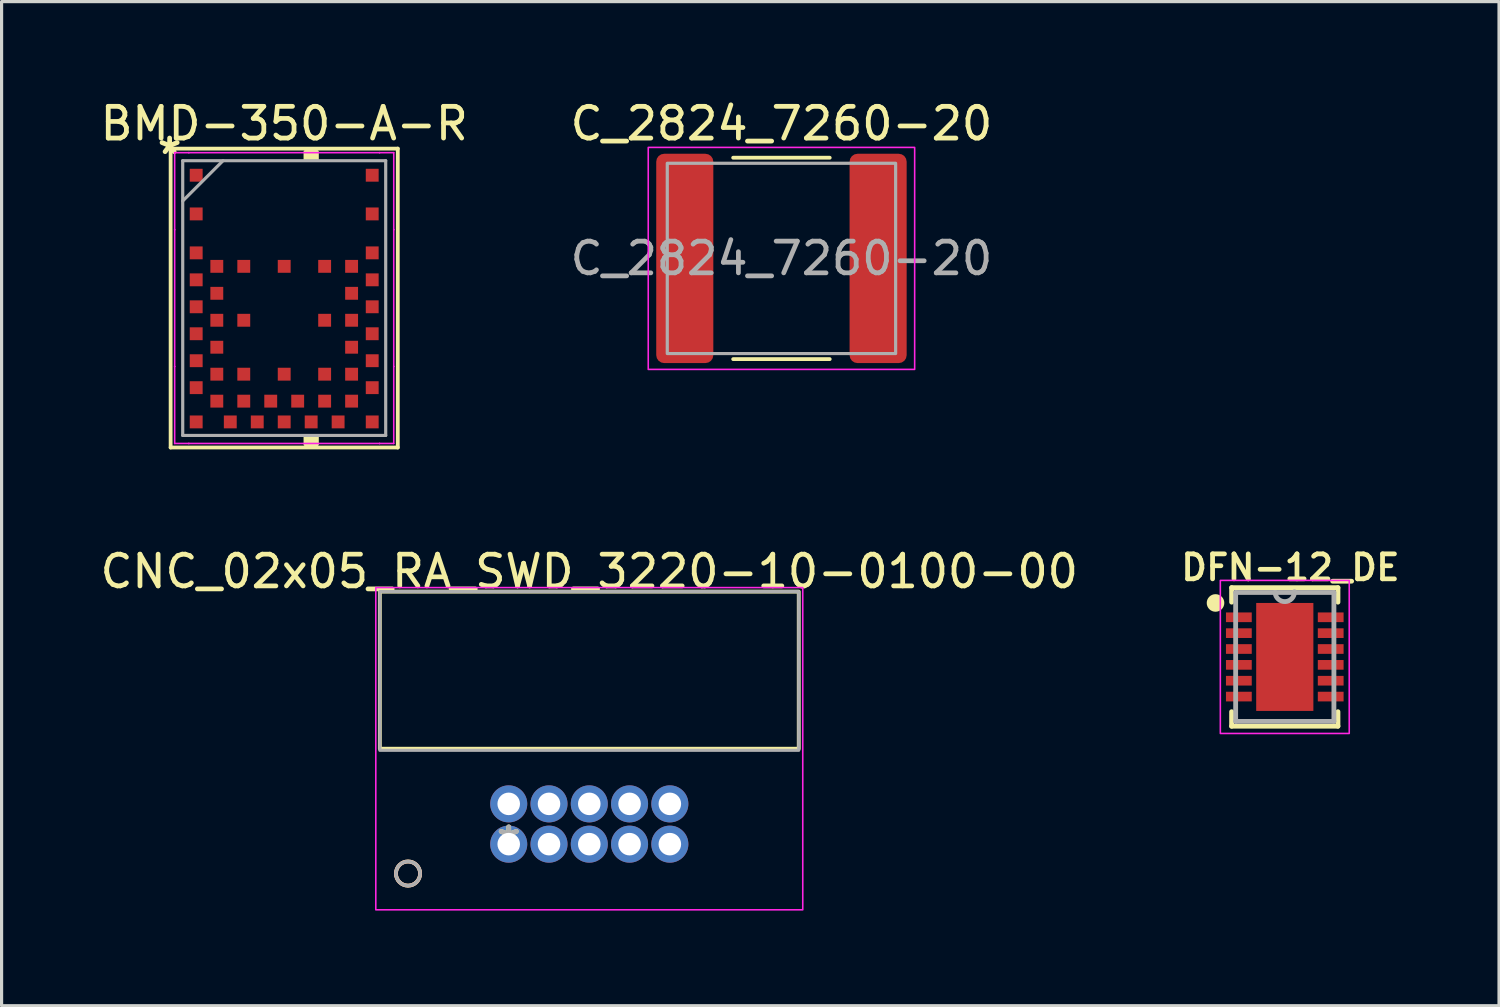
<source format=kicad_pcb>
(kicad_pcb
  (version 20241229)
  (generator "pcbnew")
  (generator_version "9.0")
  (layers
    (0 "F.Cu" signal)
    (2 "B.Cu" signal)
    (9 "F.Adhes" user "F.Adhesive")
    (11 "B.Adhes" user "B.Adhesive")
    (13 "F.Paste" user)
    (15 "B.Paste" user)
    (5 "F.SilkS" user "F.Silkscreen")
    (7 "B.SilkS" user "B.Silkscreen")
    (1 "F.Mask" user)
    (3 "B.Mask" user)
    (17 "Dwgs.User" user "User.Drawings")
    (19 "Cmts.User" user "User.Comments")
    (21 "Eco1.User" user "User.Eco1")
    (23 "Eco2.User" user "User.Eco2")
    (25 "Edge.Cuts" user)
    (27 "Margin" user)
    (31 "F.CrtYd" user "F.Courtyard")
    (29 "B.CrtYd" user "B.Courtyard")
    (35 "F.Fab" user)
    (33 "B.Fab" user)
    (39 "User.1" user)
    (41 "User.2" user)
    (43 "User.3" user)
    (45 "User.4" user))
  (footprint "BMD-350-A-R"
    (layer "F.Cu")
    (at 5.911 6.348)
    (property "Reference" "BMD-350-A-R" (at 0 -5.5 0) (layer "F.SilkS") (effects (font (size 1 1) (thickness 0.15))))
    (attr through_hole)
    (fp_line (start -3.581 -4.712) (end -3.581 4.712) (stroke (width 0.12) (type solid)) (layer "F.SilkS"))
    (fp_line (start -3.581 4.712) (end 3.581 4.712) (stroke (width 0.12) (type solid)) (layer "F.SilkS"))
    (fp_line (start 3.581 -4.712) (end -3.581 -4.712) (stroke (width 0.12) (type solid)) (layer "F.SilkS"))
    (fp_line (start 3.581 4.712) (end 3.581 -4.712) (stroke (width 0.12) (type solid)) (layer "F.SilkS"))
    (fp_poly (pts (xy 0.66 -4.362) (xy 0.66 -4.616) (xy 1.041 -4.616) (xy 1.041 -4.362)) (stroke (width 0.1) (type solid)) (fill yes) (layer "F.SilkS"))
    (fp_poly (pts (xy 0.66 4.362) (xy 0.66 4.616) (xy 1.041 4.616) (xy 1.041 4.362)) (stroke (width 0.1) (type solid)) (fill yes) (layer "F.SilkS"))
    (fp_line (start -3.454 -4.585) (end -3.007 -4.585) (stroke (width 0.05) (type solid)) (layer "F.CrtYd"))
    (fp_line (start -3.454 -2.157) (end -3.454 -4.585) (stroke (width 0.05) (type solid)) (layer "F.CrtYd"))
    (fp_line (start -3.454 -2.157) (end -3.454 -2.157) (stroke (width 0.05) (type solid)) (layer "F.CrtYd"))
    (fp_line (start -3.454 2.157) (end -3.454 -2.157) (stroke (width 0.05) (type solid)) (layer "F.CrtYd"))
    (fp_line (start -3.454 2.157) (end -3.454 2.157) (stroke (width 0.05) (type solid)) (layer "F.CrtYd"))
    (fp_line (start -3.454 4.585) (end -3.454 2.157) (stroke (width 0.05) (type solid)) (layer "F.CrtYd"))
    (fp_line (start -3.007 -4.585) (end -3.007 -4.585) (stroke (width 0.05) (type solid)) (layer "F.CrtYd"))
    (fp_line (start -3.007 -4.585) (end 3.007 -4.585) (stroke (width 0.05) (type solid)) (layer "F.CrtYd"))
    (fp_line (start -3.007 4.585) (end -3.454 4.585) (stroke (width 0.05) (type solid)) (layer "F.CrtYd"))
    (fp_line (start -3.007 4.585) (end -3.007 4.585) (stroke (width 0.05) (type solid)) (layer "F.CrtYd"))
    (fp_line (start 3.007 -4.585) (end 3.007 -4.585) (stroke (width 0.05) (type solid)) (layer "F.CrtYd"))
    (fp_line (start 3.007 -4.585) (end 3.454 -4.585) (stroke (width 0.05) (type solid)) (layer "F.CrtYd"))
    (fp_line (start 3.007 4.585) (end -3.007 4.585) (stroke (width 0.05) (type solid)) (layer "F.CrtYd"))
    (fp_line (start 3.007 4.585) (end 3.007 4.585) (stroke (width 0.05) (type solid)) (layer "F.CrtYd"))
    (fp_line (start 3.454 -4.585) (end 3.454 -2.157) (stroke (width 0.05) (type solid)) (layer "F.CrtYd"))
    (fp_line (start 3.454 -2.157) (end 3.454 -2.157) (stroke (width 0.05) (type solid)) (layer "F.CrtYd"))
    (fp_line (start 3.454 -2.157) (end 3.454 2.157) (stroke (width 0.05) (type solid)) (layer "F.CrtYd"))
    (fp_line (start 3.454 2.157) (end 3.454 2.157) (stroke (width 0.05) (type solid)) (layer "F.CrtYd"))
    (fp_line (start 3.454 2.157) (end 3.454 4.585) (stroke (width 0.05) (type solid)) (layer "F.CrtYd"))
    (fp_line (start 3.454 4.585) (end 3.007 4.585) (stroke (width 0.05) (type solid)) (layer "F.CrtYd"))
    (fp_line (start -3.2 -4.331) (end -3.2 4.331) (stroke (width 0.1) (type solid)) (layer "F.Fab"))
    (fp_line (start -3.2 -3.061) (end -1.93 -4.331) (stroke (width 0.1) (type solid)) (layer "F.Fab"))
    (fp_line (start -3.2 4.331) (end 3.2 4.331) (stroke (width 0.1) (type solid)) (layer "F.Fab"))
    (fp_line (start 3.2 -4.331) (end -3.2 -4.331) (stroke (width 0.1) (type solid)) (layer "F.Fab"))
    (fp_line (start 3.2 4.331) (end 3.2 -4.331) (stroke (width 0.1) (type solid)) (layer "F.Fab"))
    (fp_text user "*" (at -3.613 -4.5 0) (layer "F.SilkS") (effects (font (size 1 1) (thickness 0.15))))
    (pad "1" smd rect (at -2.775 -3.873 90) (size 0.406 0.406) (layers "F.Cu" "F.Mask" "F.Paste"))
    (pad "2" smd rect (at -2.775 -2.653 90) (size 0.406 0.406) (layers "F.Cu" "F.Mask" "F.Paste"))
    (pad "3" smd rect (at -2.775 -1.425 90) (size 0.406 0.406) (layers "F.Cu" "F.Mask" "F.Paste"))
    (pad "4" smd rect (at -2.125 -1) (size 0.406 0.406) (layers "F.Cu" "F.Mask" "F.Paste"))
    (pad "5" smd rect (at -2.775 -0.575 90) (size 0.406 0.406) (layers "F.Cu" "F.Mask" "F.Paste"))
    (pad "6" smd rect (at -2.125 -0.15) (size 0.406 0.406) (layers "F.Cu" "F.Mask" "F.Paste"))
    (pad "7" smd rect (at -2.775 0.275 90) (size 0.406 0.406) (layers "F.Cu" "F.Mask" "F.Paste"))
    (pad "8" smd rect (at -2.125 0.7) (size 0.406 0.406) (layers "F.Cu" "F.Mask" "F.Paste"))
    (pad "9" smd rect (at -2.775 1.125 90) (size 0.406 0.406) (layers "F.Cu" "F.Mask" "F.Paste"))
    (pad "10" smd rect (at -2.125 1.55) (size 0.406 0.406) (layers "F.Cu" "F.Mask" "F.Paste"))
    (pad "11" smd rect (at -2.775 1.975 90) (size 0.406 0.406) (layers "F.Cu" "F.Mask" "F.Paste"))
    (pad "12" smd rect (at -2.125 2.4) (size 0.406 0.406) (layers "F.Cu" "F.Mask" "F.Paste"))
    (pad "13" smd rect (at -2.775 2.825 90) (size 0.406 0.406) (layers "F.Cu" "F.Mask" "F.Paste"))
    (pad "14" smd rect (at -2.125 3.25) (size 0.406 0.406) (layers "F.Cu" "F.Mask" "F.Paste"))
    (pad "15" smd rect (at -2.775 3.905) (size 0.406 0.406) (layers "F.Cu" "F.Mask" "F.Paste"))
    (pad "16" smd rect (at -1.7 3.905) (size 0.406 0.406) (layers "F.Cu" "F.Mask" "F.Paste"))
    (pad "17" smd rect (at -1.275 3.25) (size 0.406 0.406) (layers "F.Cu" "F.Mask" "F.Paste"))
    (pad "18" smd rect (at -0.85 3.905) (size 0.406 0.406) (layers "F.Cu" "F.Mask" "F.Paste"))
    (pad "19" smd rect (at -0.425 3.25) (size 0.406 0.406) (layers "F.Cu" "F.Mask" "F.Paste"))
    (pad "20" smd rect (at 0 3.905) (size 0.406 0.406) (layers "F.Cu" "F.Mask" "F.Paste"))
    (pad "21" smd rect (at 0.425 3.25) (size 0.406 0.406) (layers "F.Cu" "F.Mask" "F.Paste"))
    (pad "22" smd rect (at 0.85 3.905) (size 0.406 0.406) (layers "F.Cu" "F.Mask" "F.Paste"))
    (pad "23" smd rect (at 1.275 3.25) (size 0.406 0.406) (layers "F.Cu" "F.Mask" "F.Paste"))
    (pad "24" smd rect (at 1.7 3.905) (size 0.406 0.406) (layers "F.Cu" "F.Mask" "F.Paste"))
    (pad "25" smd rect (at 2.125 3.25) (size 0.406 0.406) (layers "F.Cu" "F.Mask" "F.Paste"))
    (pad "26" smd rect (at 2.775 3.905) (size 0.406 0.406) (layers "F.Cu" "F.Mask" "F.Paste"))
    (pad "27" smd rect (at 2.775 2.825 90) (size 0.406 0.406) (layers "F.Cu" "F.Mask" "F.Paste"))
    (pad "28" smd rect (at 2.125 2.4) (size 0.406 0.406) (layers "F.Cu" "F.Mask" "F.Paste"))
    (pad "29" smd rect (at 2.775 1.975 90) (size 0.406 0.406) (layers "F.Cu" "F.Mask" "F.Paste"))
    (pad "30" smd rect (at 2.125 1.55) (size 0.406 0.406) (layers "F.Cu" "F.Mask" "F.Paste"))
    (pad "31" smd rect (at 2.775 1.125 90) (size 0.406 0.406) (layers "F.Cu" "F.Mask" "F.Paste"))
    (pad "32" smd rect (at 2.125 0.7) (size 0.406 0.406) (layers "F.Cu" "F.Mask" "F.Paste"))
    (pad "33" smd rect (at 2.775 0.275 90) (size 0.406 0.406) (layers "F.Cu" "F.Mask" "F.Paste"))
    (pad "34" smd rect (at 2.125 -0.15) (size 0.406 0.406) (layers "F.Cu" "F.Mask" "F.Paste"))
    (pad "35" smd rect (at 2.775 -0.575 90) (size 0.406 0.406) (layers "F.Cu" "F.Mask" "F.Paste"))
    (pad "36" smd rect (at 2.125 -1) (size 0.406 0.406) (layers "F.Cu" "F.Mask" "F.Paste"))
    (pad "37" smd rect (at 2.775 -1.425 90) (size 0.406 0.406) (layers "F.Cu" "F.Mask" "F.Paste"))
    (pad "38" smd rect (at 2.775 -2.653 90) (size 0.406 0.406) (layers "F.Cu" "F.Mask" "F.Paste"))
    (pad "39" smd rect (at 2.775 -3.873 90) (size 0.406 0.406) (layers "F.Cu" "F.Mask" "F.Paste"))
    (pad "40" smd rect (at -1.275 -1) (size 0.406 0.406) (layers "F.Cu" "F.Mask" "F.Paste"))
    (pad "41" smd rect (at -1.275 0.7) (size 0.406 0.406) (layers "F.Cu" "F.Mask" "F.Paste"))
    (pad "42" smd rect (at -1.275 2.4) (size 0.406 0.406) (layers "F.Cu" "F.Mask" "F.Paste"))
    (pad "43" smd rect (at 0.000001 2.4) (size 0.406 0.406) (layers "F.Cu" "F.Mask" "F.Paste"))
    (pad "44" smd rect (at 1.275 2.4) (size 0.406 0.406) (layers "F.Cu" "F.Mask" "F.Paste"))
    (pad "45" smd rect (at 1.275 0.7) (size 0.406 0.406) (layers "F.Cu" "F.Mask" "F.Paste"))
    (pad "46" smd rect (at 1.275 -1) (size 0.406 0.406) (layers "F.Cu" "F.Mask" "F.Paste"))
    (pad "47" smd rect (at 0.000001 -1) (size 0.406 0.406) (layers "F.Cu" "F.Mask" "F.Paste"))
    (zone (net_name "") (layers "F.Cu" "B.Cu") (hatch edge 0.508) (connect_pads) (min_thickness 0.254) (filled_areas_thickness no) (keepout (tracks not_allowed) (vias not_allowed) (pads not_allowed) (copperpour not_allowed) (footprints not_allowed)) (placement (enabled no)) (fill) (polygon (pts (xy 8.324 4.951) (xy 3.498 4.951) (xy 3.498 1.649) (xy 8.324 1.649)))))
  (footprint "DFN-12_DE"
    (layer "F.Cu")
    (at 37.459 17.663)
    (property "Reference" "DFN-12_DE" (at 0.178 -2.819 0) (layer "F.SilkS") (effects (font (size 0.787 0.787) (thickness 0.15))))
    (attr through_hole)
    (fp_line (start -1.676 -2.184) (end -1.676 -1.727) (stroke (width 0.152) (type solid)) (layer "F.SilkS"))
    (fp_line (start -1.676 1.727) (end -1.676 2.184) (stroke (width 0.152) (type solid)) (layer "F.SilkS"))
    (fp_line (start -1.676 2.184) (end 1.676 2.184) (stroke (width 0.152) (type solid)) (layer "F.SilkS"))
    (fp_line (start 1.676 -2.184) (end -1.676 -2.184) (stroke (width 0.152) (type solid)) (layer "F.SilkS"))
    (fp_line (start 1.676 -1.727) (end 1.676 -2.184) (stroke (width 0.152) (type solid)) (layer "F.SilkS"))
    (fp_line (start 1.676 2.184) (end 1.676 1.727) (stroke (width 0.152) (type solid)) (layer "F.SilkS"))
    (fp_circle (center -2.184 -1.702) (end -1.967 -1.702) (stroke (width 0.12) (type solid)) (fill yes) (layer "F.SilkS"))
    (fp_poly (pts (xy -0.802 -1.602) (xy -0.802 -0.1) (xy 0.802 -0.1) (xy 0.802 -1.602)) (stroke (width 0.025) (type solid)) (fill yes) (layer "F.Paste"))
    (fp_poly (pts (xy -0.802 0.1) (xy -0.802 1.602) (xy 0.802 1.602) (xy 0.802 0.1)) (stroke (width 0.025) (type solid)) (fill yes) (layer "F.Paste"))
    (fp_rect (start -2.032 -2.413) (end 2.032 2.413) (stroke (width 0.05) (type solid)) (fill no) (layer "F.CrtYd"))
    (fp_line (start -1.549 -2.032) (end -1.549 2.032) (stroke (width 0.152) (type solid)) (layer "F.Fab"))
    (fp_line (start -1.549 2.032) (end 1.549 2.032) (stroke (width 0.152) (type solid)) (layer "F.Fab"))
    (fp_line (start -0.305 -2.032) (end -1.549 -2.032) (stroke (width 0.152) (type solid)) (layer "F.Fab"))
    (fp_line (start 1.549 -2.032) (end -0.305 -2.032) (stroke (width 0.152) (type solid)) (layer "F.Fab"))
    (fp_line (start 1.549 2.032) (end 1.549 -2.032) (stroke (width 0.152) (type solid)) (layer "F.Fab"))
    (fp_arc (start 0.3048 -2.0574) (mid 0.0127 -1.7399) (end -0.3048 -2.032) (stroke (width 0.1524) (type solid)) (layer "F.Fab"))
    (pad "1" smd rect (at -1.448 -1.25) (size 0.813 0.305) (layers "F.Cu" "F.Mask" "F.Paste"))
    (pad "2" smd rect (at -1.448 -0.75) (size 0.813 0.305) (layers "F.Cu" "F.Mask" "F.Paste"))
    (pad "3" smd rect (at -1.448 -0.25) (size 0.813 0.305) (layers "F.Cu" "F.Mask" "F.Paste"))
    (pad "4" smd rect (at -1.448 0.25) (size 0.813 0.305) (layers "F.Cu" "F.Mask" "F.Paste"))
    (pad "5" smd rect (at -1.448 0.75) (size 0.813 0.305) (layers "F.Cu" "F.Mask" "F.Paste"))
    (pad "6" smd rect (at -1.448 1.25) (size 0.813 0.305) (layers "F.Cu" "F.Mask" "F.Paste"))
    (pad "7" smd rect (at 1.448 1.25) (size 0.813 0.305) (layers "F.Cu" "F.Mask" "F.Paste"))
    (pad "8" smd rect (at 1.448 0.75) (size 0.813 0.305) (layers "F.Cu" "F.Mask" "F.Paste"))
    (pad "9" smd rect (at 1.448 0.25) (size 0.813 0.305) (layers "F.Cu" "F.Mask" "F.Paste"))
    (pad "10" smd rect (at 1.448 -0.25) (size 0.813 0.305) (layers "F.Cu" "F.Mask" "F.Paste"))
    (pad "11" smd rect (at 1.448 -0.75) (size 0.813 0.305) (layers "F.Cu" "F.Mask" "F.Paste"))
    (pad "12" smd rect (at 1.448 -1.25) (size 0.813 0.305) (layers "F.Cu" "F.Mask" "F.Paste"))
    (pad "13" smd rect (at 0 0) (size 1.803 3.404) (layers "F.Cu" "F.Mask")))
  (footprint "CNC_02x05_RA_SWD_3220-10-0100-00"
    (layer "F.Cu")
    (at 15.53 22.969)
    (property "Reference" "CNC_02x05_RA_SWD_3220-10-0100-00" (at 0 -8.001 0) (layer "F.SilkS") (effects (font (size 1 1) (thickness 0.15))))
    (attr through_hole)
    (fp_rect (start -6.604 -2.413) (end 6.604 -7.366) (stroke (width 0.12) (type solid)) (fill no) (layer "F.SilkS"))
    (fp_circle (center -5.715 1.524) (end -5.334 1.524) (stroke (width 0.12) (type solid)) (fill no) (layer "F.SilkS"))
    (fp_circle (center -5.715 1.524) (end -5.334 1.524) (stroke (width 0.12) (type solid)) (fill no) (layer "B.SilkS"))
    (fp_rect (start -6.731 2.667) (end 6.731 -7.493) (stroke (width 0.05) (type solid)) (fill no) (layer "F.CrtYd"))
    (fp_rect (start -6.604 -2.362) (end 6.604 -7.366) (stroke (width 0.1) (type solid)) (fill no) (layer "F.Fab"))
    (fp_circle (center -5.715 1.524) (end -5.334 1.524) (stroke (width 0.1) (type solid)) (fill no) (layer "F.Fab"))
    (fp_text user "*" (at -2.54 0.597 0) (layer "F.SilkS") (effects (font (size 1 1) (thickness 0.15))))
    (fp_text user "*" (at -2.54 0.597 0) (layer "F.Fab") (effects (font (size 1 1) (thickness 0.15))))
    (pad "1" thru_hole circle (at -2.54 0.597) (size 1.168 1.168) (drill 0.711) (layers "*.Cu" "*.Mask"))
    (pad "2" thru_hole circle (at -2.54 -0.673) (size 1.168 1.168) (drill 0.711) (layers "*.Cu" "*.Mask"))
    (pad "3" thru_hole circle (at -1.27 0.597) (size 1.168 1.168) (drill 0.711) (layers "*.Cu" "*.Mask"))
    (pad "4" thru_hole circle (at -1.27 -0.673) (size 1.168 1.168) (drill 0.711) (layers "*.Cu" "*.Mask"))
    (pad "5" thru_hole circle (at 0 0.597) (size 1.168 1.168) (drill 0.711) (layers "*.Cu" "*.Mask"))
    (pad "6" thru_hole circle (at 0 -0.673) (size 1.168 1.168) (drill 0.711) (layers "*.Cu" "*.Mask"))
    (pad "7" thru_hole circle (at 1.27 0.597) (size 1.168 1.168) (drill 0.711) (layers "*.Cu" "*.Mask"))
    (pad "8" thru_hole circle (at 1.27 -0.673) (size 1.168 1.168) (drill 0.711) (layers "*.Cu" "*.Mask"))
    (pad "9" thru_hole circle (at 2.54 0.597) (size 1.168 1.168) (drill 0.711) (layers "*.Cu" "*.Mask"))
    (pad "10" thru_hole circle (at 2.54 -0.673) (size 1.168 1.168) (drill 0.711) (layers "*.Cu" "*.Mask")))
  (footprint "C_2824_7260-20"
    (layer "F.Cu")
    (at 21.589 5.098)
    (property "Reference" "C_2824_7260-20" (at 0 -4.25 0) (layer "F.SilkS") (effects (font (size 1 1) (thickness 0.15))))
    (attr smd)
    (fp_line (start -1.522 -3.175) (end 1.522 -3.175) (stroke (width 0.12) (type solid)) (layer "F.SilkS"))
    (fp_line (start -1.522 3.175) (end 1.522 3.175) (stroke (width 0.12) (type solid)) (layer "F.SilkS"))
    (fp_rect (start -4.2 -3.5) (end 4.2 3.5) (stroke (width 0.05) (type solid)) (fill no) (layer "F.CrtYd"))
    (fp_rect (start -3.6 -3) (end 3.6 3) (stroke (width 0.1) (type solid)) (fill no) (layer "F.Fab"))
    (fp_text user "${REFERENCE}" (at 0 0 0) (layer "F.Fab") (effects (font (size 1 1) (thickness 0.15))))
    (pad "1" smd roundrect (at -3.048 0) (size 1.8 6.6) (layers "F.Cu" "F.Mask" "F.Paste") (roundrect_rratio 0.139))
    (pad "2" smd roundrect (at 3.048 0) (size 1.8 6.6) (layers "F.Cu" "F.Mask" "F.Paste") (roundrect_rratio 0.139)))
  (gr_rect
    (start -3 -3)
    (end 44.214 28.661)
    (stroke (width 0.1) (type default))
    (fill no)
    (layer "Edge.Cuts")))
</source>
